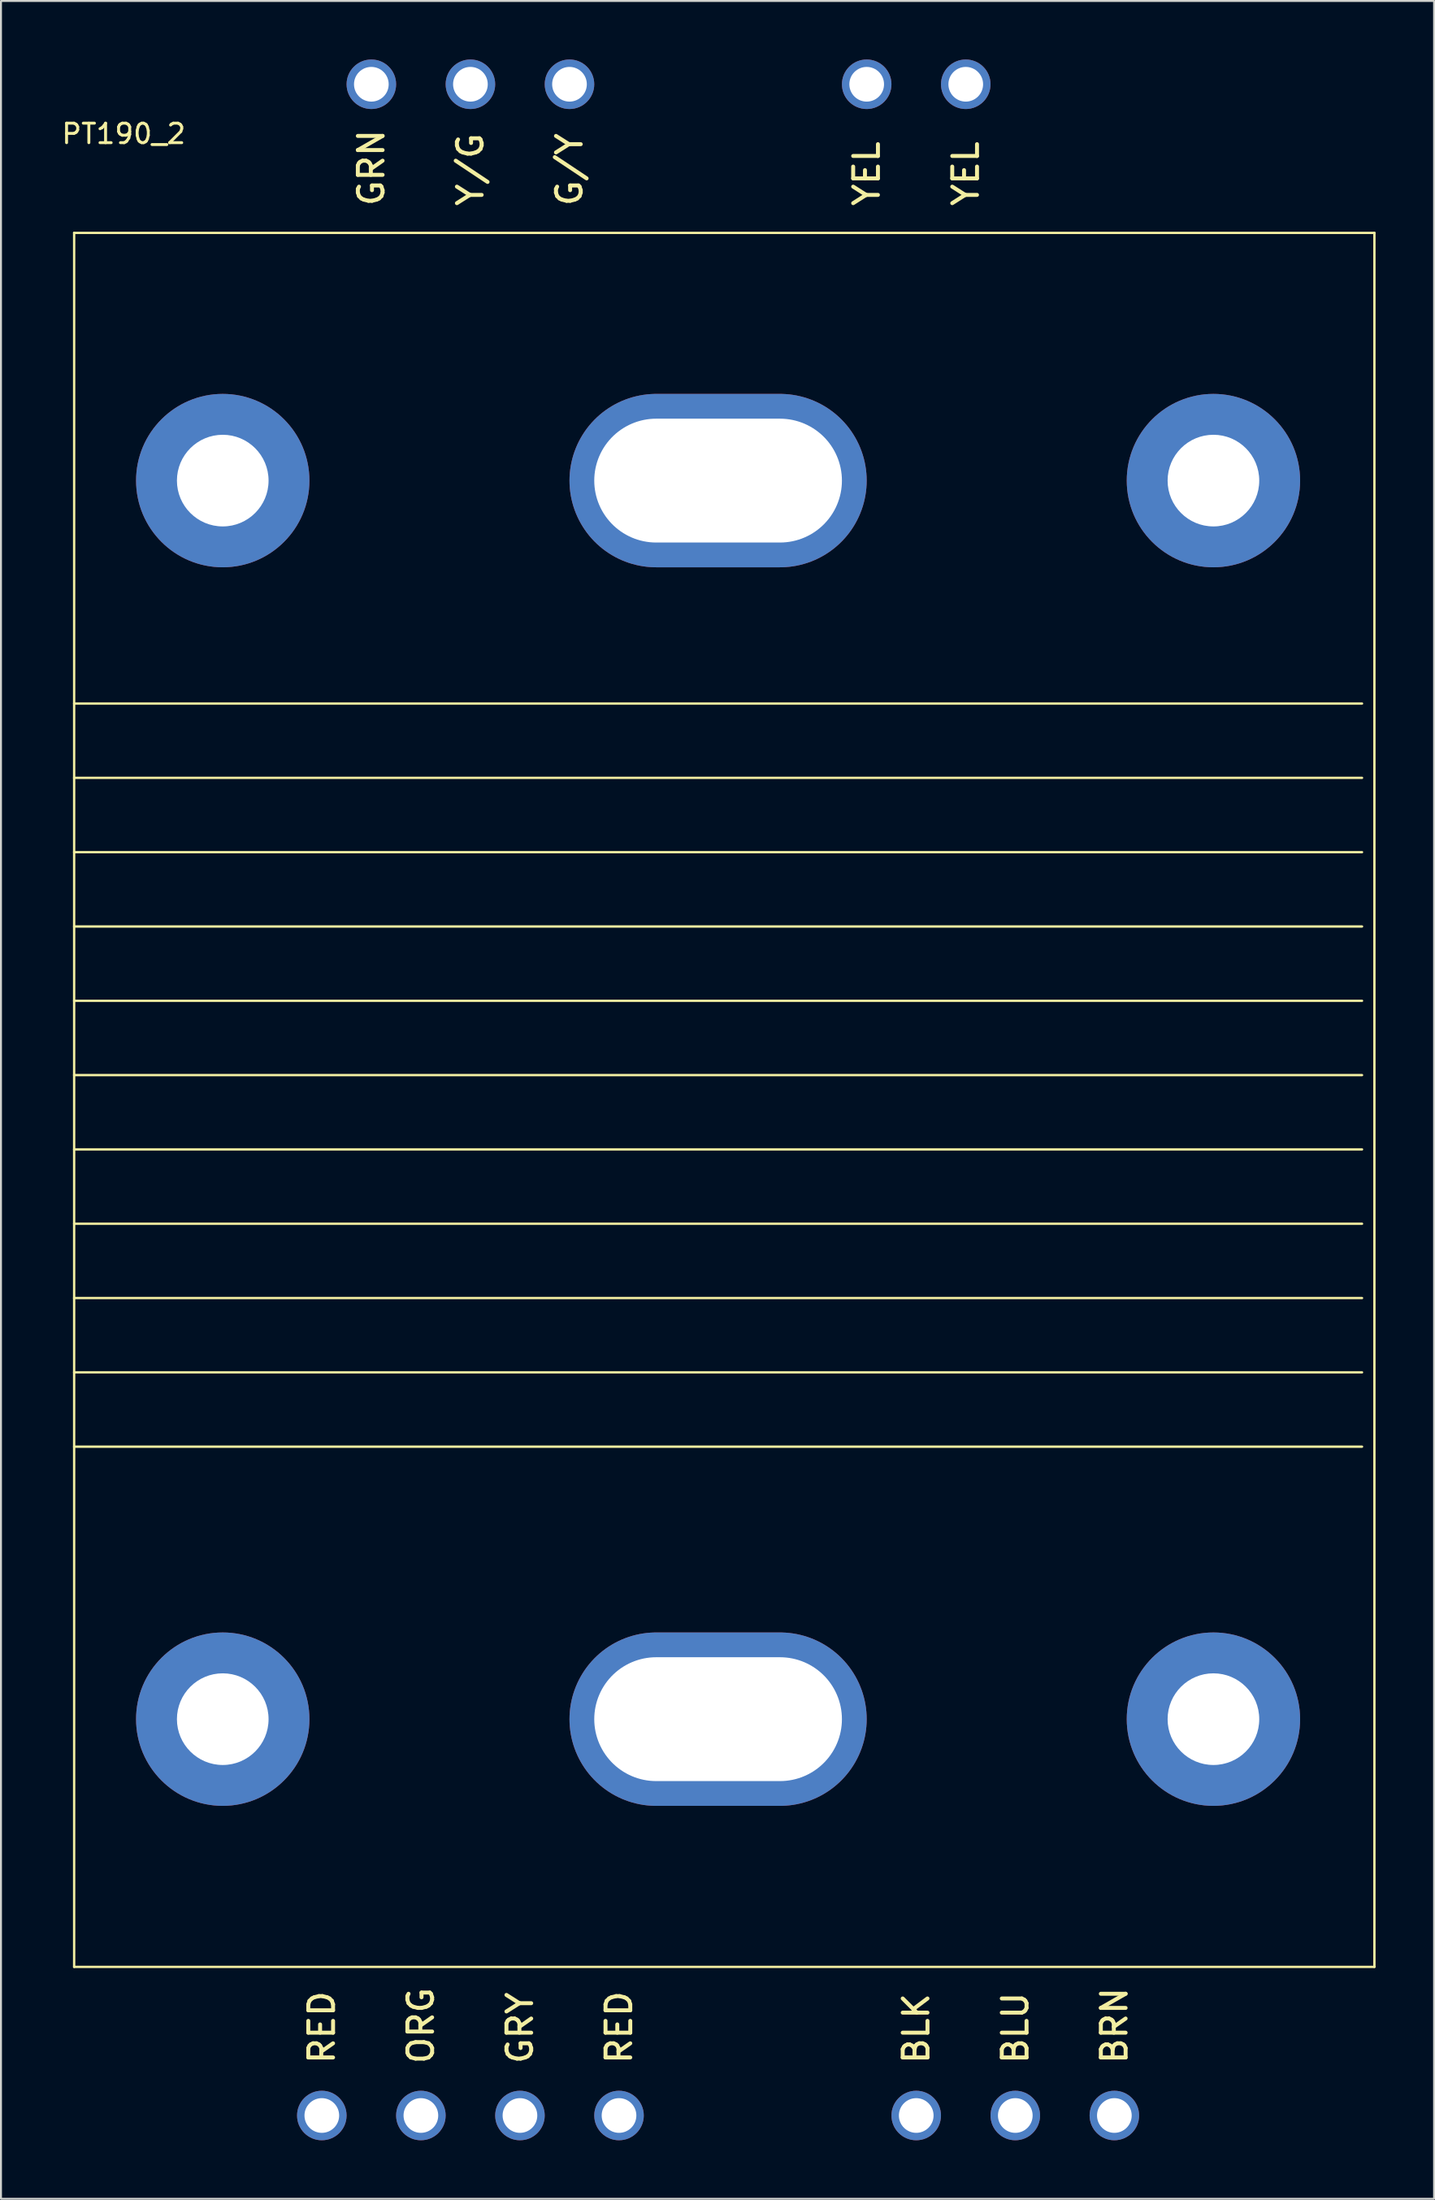
<source format=kicad_pcb>
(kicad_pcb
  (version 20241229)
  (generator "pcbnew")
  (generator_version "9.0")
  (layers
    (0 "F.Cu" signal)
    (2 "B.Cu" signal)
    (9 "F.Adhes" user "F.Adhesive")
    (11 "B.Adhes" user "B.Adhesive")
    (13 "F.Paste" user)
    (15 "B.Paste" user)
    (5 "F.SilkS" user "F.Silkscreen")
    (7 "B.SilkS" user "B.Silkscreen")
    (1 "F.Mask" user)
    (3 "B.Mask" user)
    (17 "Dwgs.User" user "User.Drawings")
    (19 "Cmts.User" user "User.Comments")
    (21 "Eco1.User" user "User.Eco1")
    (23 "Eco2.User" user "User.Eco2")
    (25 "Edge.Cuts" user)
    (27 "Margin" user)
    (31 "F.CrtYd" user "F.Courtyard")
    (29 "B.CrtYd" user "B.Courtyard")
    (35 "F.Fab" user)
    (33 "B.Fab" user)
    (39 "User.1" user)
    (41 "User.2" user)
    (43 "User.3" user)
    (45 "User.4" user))
  (footprint "PT190_2"
    (layer "F.Cu")
    (at 0.752 8.89)
    (property "Reference" "PT190_2" (at 2.54 -5.08 0) (layer "F.SilkS") (effects (font (size 1 1) (thickness 0.15))))
    (attr through_hole)
    (fp_line (start 0 0) (end 66.675 0) (stroke (width 0.12) (type solid)) (layer "F.SilkS"))
    (fp_line (start 0 24.13) (end 66.04 24.13) (stroke (width 0.12) (type solid)) (layer "F.SilkS"))
    (fp_line (start 0 27.94) (end 66.04 27.94) (stroke (width 0.12) (type solid)) (layer "F.SilkS"))
    (fp_line (start 0 31.75) (end 66.04 31.75) (stroke (width 0.12) (type solid)) (layer "F.SilkS"))
    (fp_line (start 0 35.56) (end 66.04 35.56) (stroke (width 0.12) (type solid)) (layer "F.SilkS"))
    (fp_line (start 0 39.37) (end 66.04 39.37) (stroke (width 0.12) (type solid)) (layer "F.SilkS"))
    (fp_line (start 0 43.18) (end 66.04 43.18) (stroke (width 0.12) (type solid)) (layer "F.SilkS"))
    (fp_line (start 0 46.99) (end 66.04 46.99) (stroke (width 0.12) (type solid)) (layer "F.SilkS"))
    (fp_line (start 0 50.8) (end 66.04 50.8) (stroke (width 0.12) (type solid)) (layer "F.SilkS"))
    (fp_line (start 0 54.61) (end 66.04 54.61) (stroke (width 0.12) (type solid)) (layer "F.SilkS"))
    (fp_line (start 0 58.42) (end 66.04 58.42) (stroke (width 0.12) (type solid)) (layer "F.SilkS"))
    (fp_line (start 0 62.23) (end 66.04 62.23) (stroke (width 0.12) (type solid)) (layer "F.SilkS"))
    (fp_line (start 0 88.9) (end 0 0) (stroke (width 0.12) (type solid)) (layer "F.SilkS"))
    (fp_line (start 66.675 0) (end 66.675 88.9) (stroke (width 0.12) (type solid)) (layer "F.SilkS"))
    (fp_line (start 66.675 88.9) (end 0 88.9) (stroke (width 0.12) (type solid)) (layer "F.SilkS"))
    (fp_text user "GRN" (at 15.24 -1.27 90) (layer "F.SilkS") (effects (font (size 1.27 1.27) (thickness 0.203)) (justify left)))
    (fp_text user "GRY" (at 22.86 93.98 90) (layer "F.SilkS") (effects (font (size 1.27 1.27) (thickness 0.203)) (justify left)))
    (fp_text user "BLU" (at 48.26 93.98 90) (layer "F.SilkS") (effects (font (size 1.27 1.27) (thickness 0.203)) (justify left)))
    (fp_text user "BLK" (at 43.18 93.98 90) (layer "F.SilkS") (effects (font (size 1.27 1.27) (thickness 0.203)) (justify left)))
    (fp_text user "BRN" (at 53.34 93.98 90) (layer "F.SilkS") (effects (font (size 1.27 1.27) (thickness 0.203)) (justify left)))
    (fp_text user "YEL" (at 45.72 -1.27 90) (layer "F.SilkS") (effects (font (size 1.27 1.27) (thickness 0.203)) (justify left)))
    (fp_text user "Y/G" (at 20.32 -1.27 90) (layer "F.SilkS") (effects (font (size 1.27 1.27) (thickness 0.203)) (justify left)))
    (fp_text user "RED" (at 12.7 93.98 90) (layer "F.SilkS") (effects (font (size 1.27 1.27) (thickness 0.203)) (justify left)))
    (fp_text user "RED" (at 27.94 93.98 90) (layer "F.SilkS") (effects (font (size 1.27 1.27) (thickness 0.203)) (justify left)))
    (fp_text user "YEL" (at 40.64 -1.27 90) (layer "F.SilkS") (effects (font (size 1.27 1.27) (thickness 0.203)) (justify left)))
    (fp_text user "ORG" (at 17.78 93.98 90) (layer "F.SilkS") (effects (font (size 1.27 1.27) (thickness 0.203)) (justify left)))
    (fp_text user "G/Y" (at 25.4 -1.27 90) (layer "F.SilkS") (effects (font (size 1.27 1.27) (thickness 0.203)) (justify left)))
    (pad "1" thru_hole circle (at 43.18 96.52) (size 2.54 2.54) (drill 1.778) (layers "*.Cu" "*.Mask"))
    (pad "2" thru_hole circle (at 48.26 96.52) (size 2.54 2.54) (drill 1.778) (layers "*.Cu" "*.Mask"))
    (pad "3" thru_hole circle (at 53.34 96.52) (size 2.54 2.54) (drill 1.778) (layers "*.Cu" "*.Mask"))
    (pad "4" thru_hole circle (at 12.7 96.52) (size 2.54 2.54) (drill 1.778) (layers "*.Cu" "*.Mask"))
    (pad "5" thru_hole circle (at 17.78 96.52) (size 2.54 2.54) (drill 1.778) (layers "*.Cu" "*.Mask"))
    (pad "6" thru_hole circle (at 22.86 96.52) (size 2.54 2.54) (drill 1.778) (layers "*.Cu" "*.Mask"))
    (pad "7" thru_hole circle (at 27.94 96.52) (size 2.54 2.54) (drill 1.778) (layers "*.Cu" "*.Mask"))
    (pad "8" thru_hole circle (at 15.24 -7.62) (size 2.54 2.54) (drill 1.778) (layers "*.Cu" "*.Mask"))
    (pad "9" thru_hole circle (at 20.32 -7.62) (size 2.54 2.54) (drill 1.778) (layers "*.Cu" "*.Mask"))
    (pad "10" thru_hole circle (at 25.4 -7.62) (size 2.54 2.54) (drill 1.778) (layers "*.Cu" "*.Mask"))
    (pad "11" thru_hole circle (at 40.64 -7.62) (size 2.54 2.54) (drill 1.778) (layers "*.Cu" "*.Mask"))
    (pad "12" thru_hole circle (at 45.72 -7.62) (size 2.54 2.54) (drill 1.778) (layers "*.Cu" "*.Mask"))
    (pad "20" thru_hole circle (at 7.62 12.7) (size 8.89 8.89) (drill 4.699) (layers "*.Cu" "*.Mask"))
    (pad "21" thru_hole circle (at 7.62 76.2) (size 8.89 8.89) (drill 4.699) (layers "*.Cu" "*.Mask"))
    (pad "22" thru_hole circle (at 58.42 12.7) (size 8.89 8.89) (drill 4.699) (layers "*.Cu" "*.Mask"))
    (pad "23" thru_hole circle (at 58.42 76.2) (size 8.89 8.89) (drill 4.699) (layers "*.Cu" "*.Mask"))
    (pad "25" thru_hole oval (at 33.02 12.7) (size 15.24 8.89) (drill oval 12.7 6.35) (layers "*.Cu" "*.Mask"))
    (pad "26" thru_hole oval (at 33.02 76.2) (size 15.24 8.89) (drill oval 12.7 6.35) (layers "*.Cu" "*.Mask")))
  (gr_rect
    (start -3 -3)
    (end 70.487 109.68)
    (stroke (width 0.1) (type default))
    (fill no)
    (layer "Edge.Cuts")))
</source>
